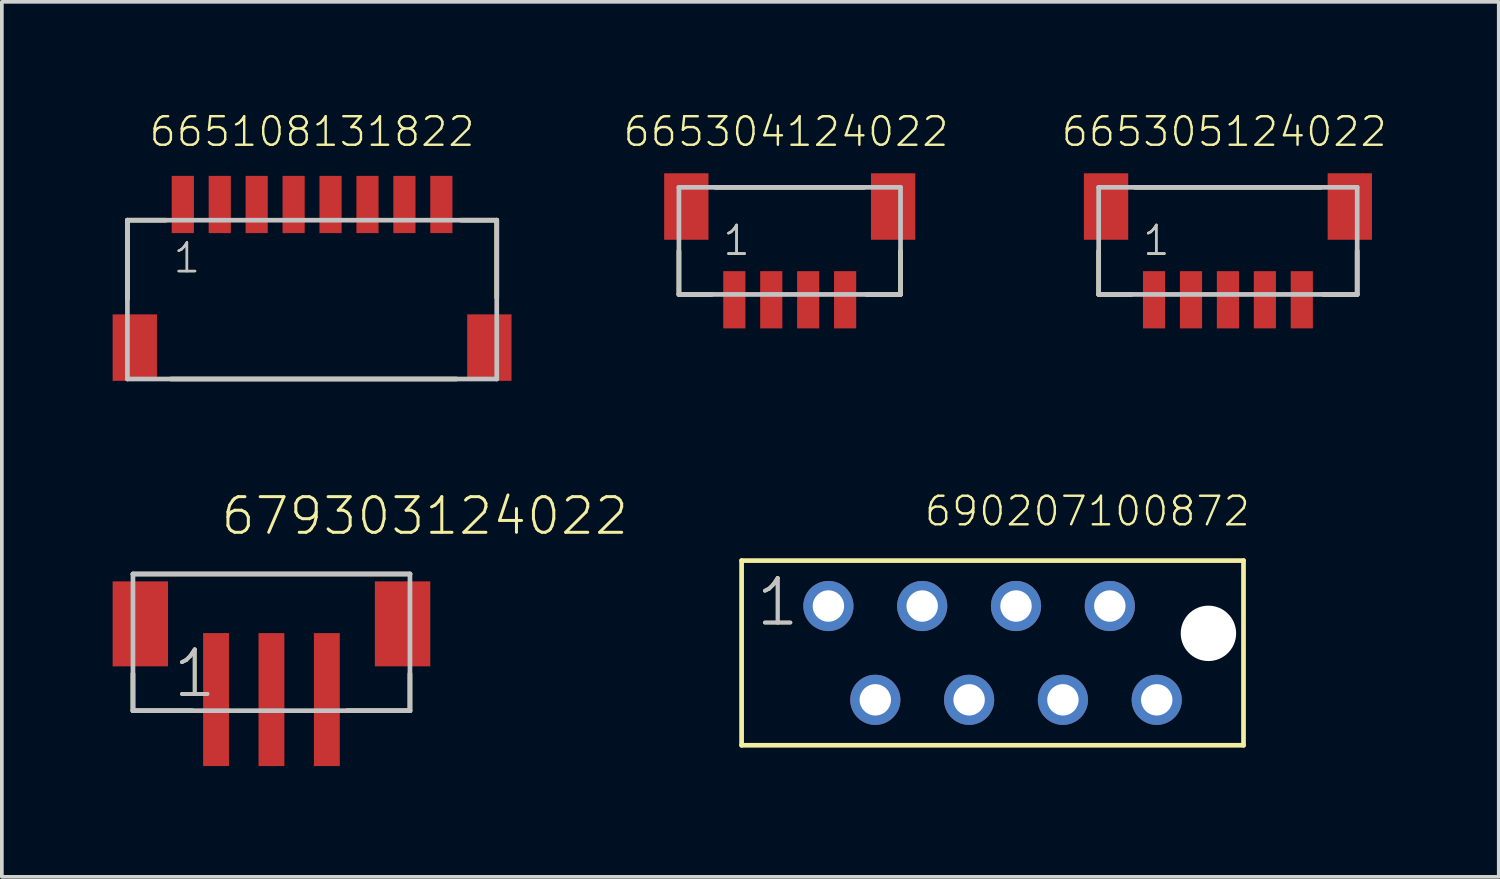
<source format=kicad_pcb>
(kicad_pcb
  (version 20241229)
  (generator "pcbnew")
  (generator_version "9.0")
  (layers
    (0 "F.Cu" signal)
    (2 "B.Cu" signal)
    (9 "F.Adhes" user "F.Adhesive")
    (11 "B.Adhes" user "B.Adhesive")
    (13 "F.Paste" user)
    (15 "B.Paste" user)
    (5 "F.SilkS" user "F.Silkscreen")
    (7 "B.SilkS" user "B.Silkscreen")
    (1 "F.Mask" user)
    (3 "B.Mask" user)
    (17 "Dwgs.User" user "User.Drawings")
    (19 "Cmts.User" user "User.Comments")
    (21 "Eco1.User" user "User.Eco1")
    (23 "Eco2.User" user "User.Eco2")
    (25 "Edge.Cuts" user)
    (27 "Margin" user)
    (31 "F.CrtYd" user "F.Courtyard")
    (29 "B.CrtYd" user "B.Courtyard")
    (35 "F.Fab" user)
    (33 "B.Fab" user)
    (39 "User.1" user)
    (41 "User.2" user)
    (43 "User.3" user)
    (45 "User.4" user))
  (footprint "665304124022"
    (layer "F.Cu")
    (at 18.333 5.067)
    (property "Reference" "665304124022" (at -0.1 -4.1 0) (layer "F.SilkS") (effects (font (size 0.772 0.772) (thickness 0.065)) (justify bottom)))
    (attr through_hole)
    (fp_line (start -3 -1.32) (end -3 -0.145) (stroke (width 0.127) (type solid)) (layer "F.SilkS"))
    (fp_line (start -3 -0.145) (end -2.11 -0.145) (stroke (width 0.127) (type solid)) (layer "F.SilkS"))
    (fp_line (start -2.01 -3.045) (end 2.01 -3.045) (stroke (width 0.127) (type solid)) (layer "F.SilkS"))
    (fp_line (start 3 -1.32) (end 3 -0.145) (stroke (width 0.127) (type solid)) (layer "F.SilkS"))
    (fp_line (start 3 -0.145) (end 2.08 -0.145) (stroke (width 0.127) (type solid)) (layer "F.SilkS"))
    (fp_line (start -3 -3.045) (end 3 -3.045) (stroke (width 0.127) (type solid)) (layer "Dwgs.User"))
    (fp_line (start -3 -0.145) (end -3 -3.045) (stroke (width 0.127) (type solid)) (layer "Dwgs.User"))
    (fp_line (start 3 -3.045) (end 3 -0.145) (stroke (width 0.127) (type solid)) (layer "Dwgs.User"))
    (fp_line (start 3 -0.145) (end -3 -0.145) (stroke (width 0.127) (type solid)) (layer "Dwgs.User"))
    (fp_text user "1" (at -1.85 -1.15 0) (layer "F.SilkS") (effects (font (size 0.772 0.772) (thickness 0.065)) (justify left bottom)))
    (fp_text user "1" (at -1.85 -1.16 0) (layer "Dwgs.User") (effects (font (size 0.772 0.772) (thickness 0.065)) (justify left bottom)))
    (pad "1" smd rect (at -1.5 0) (size 0.6 1.55) (layers "F.Cu" "F.Mask" "F.Paste"))
    (pad "2" smd rect (at -0.5 0) (size 0.6 1.55) (layers "F.Cu" "F.Mask" "F.Paste"))
    (pad "3" smd rect (at 0.5 0) (size 0.6 1.55) (layers "F.Cu" "F.Mask" "F.Paste"))
    (pad "4" smd rect (at 1.5 0) (size 0.6 1.55) (layers "F.Cu" "F.Mask" "F.Paste"))
    (pad "Z1" smd rect (at -2.8 -2.525) (size 1.2 1.8) (layers "F.Cu" "F.Mask" "F.Paste"))
    (pad "Z2" smd rect (at 2.8 -2.525) (size 1.2 1.8) (layers "F.Cu" "F.Mask" "F.Paste")))
  (footprint "665108131822"
    (layer "F.Cu")
    (at 5.4 2.487)
    (property "Reference" "665108131822" (at 0 -1.52 0) (layer "F.SilkS") (effects (font (size 0.772 0.772) (thickness 0.065)) (justify bottom)))
    (attr through_hole)
    (fp_line (start -5 0.425) (end -5 2.56) (stroke (width 0.127) (type solid)) (layer "F.SilkS"))
    (fp_line (start -3.97 0.425) (end -5 0.425) (stroke (width 0.127) (type solid)) (layer "F.SilkS"))
    (fp_line (start -3.82 4.725) (end 3.91 4.725) (stroke (width 0.127) (type solid)) (layer "F.SilkS"))
    (fp_line (start 4.04 0.425) (end 5 0.425) (stroke (width 0.127) (type solid)) (layer "F.SilkS"))
    (fp_line (start 5 0.425) (end 5 2.52) (stroke (width 0.127) (type solid)) (layer "F.SilkS"))
    (fp_line (start -5 0.425) (end 5 0.425) (stroke (width 0.127) (type solid)) (layer "Dwgs.User"))
    (fp_line (start -5 4.725) (end -5 0.425) (stroke (width 0.127) (type solid)) (layer "Dwgs.User"))
    (fp_line (start 5 0.425) (end 5 4.725) (stroke (width 0.127) (type solid)) (layer "Dwgs.User"))
    (fp_line (start 5 4.725) (end -5 4.725) (stroke (width 0.127) (type solid)) (layer "Dwgs.User"))
    (fp_text user "1" (at -3.8 1.9 0) (layer "F.SilkS") (effects (font (size 0.772 0.772) (thickness 0.065)) (justify left bottom)))
    (fp_text user "1" (at -3.8 1.9 0) (layer "Dwgs.User") (effects (font (size 0.772 0.772) (thickness 0.065)) (justify left bottom)))
    (pad "1" smd rect (at -3.5 0) (size 0.6 1.55) (layers "F.Cu" "F.Mask" "F.Paste"))
    (pad "2" smd rect (at -2.5 0) (size 0.6 1.55) (layers "F.Cu" "F.Mask" "F.Paste"))
    (pad "3" smd rect (at -1.5 0) (size 0.6 1.55) (layers "F.Cu" "F.Mask" "F.Paste"))
    (pad "4" smd rect (at -0.5 0) (size 0.6 1.55) (layers "F.Cu" "F.Mask" "F.Paste"))
    (pad "5" smd rect (at 0.5 0) (size 0.6 1.55) (layers "F.Cu" "F.Mask" "F.Paste"))
    (pad "6" smd rect (at 1.5 0) (size 0.6 1.55) (layers "F.Cu" "F.Mask" "F.Paste"))
    (pad "7" smd rect (at 2.5 0) (size 0.6 1.55) (layers "F.Cu" "F.Mask" "F.Paste"))
    (pad "8" smd rect (at 3.5 0) (size 0.6 1.55) (layers "F.Cu" "F.Mask" "F.Paste"))
    (pad "Z1" smd rect (at -4.8 3.875) (size 1.2 1.8) (layers "F.Cu" "F.Mask" "F.Paste"))
    (pad "Z2" smd rect (at 4.8 3.875) (size 1.2 1.8) (layers "F.Cu" "F.Mask" "F.Paste")))
  (footprint "679303124022"
    (layer "F.Cu")
    (at 4.3 15.892)
    (property "Reference" "679303124022" (at -1.415 -4.407 0) (layer "F.SilkS") (effects (font (size 0.965 0.965) (thickness 0.081)) (justify left bottom)))
    (attr through_hole)
    (fp_line (start -3.75 -3.4) (end 3.75 -3.4) (stroke (width 0.127) (type solid)) (layer "F.SilkS"))
    (fp_line (start -3.75 -0.7) (end -3.75 0.3) (stroke (width 0.127) (type solid)) (layer "F.SilkS"))
    (fp_line (start -3.75 0.3) (end -2.15 0.3) (stroke (width 0.127) (type solid)) (layer "F.SilkS"))
    (fp_line (start 2.05 0.3) (end 3.75 0.3) (stroke (width 0.127) (type solid)) (layer "F.SilkS"))
    (fp_line (start 3.75 0.3) (end 3.75 -0.7) (stroke (width 0.127) (type solid)) (layer "F.SilkS"))
    (fp_line (start -3.75 -3.4) (end -3.75 0.3) (stroke (width 0.127) (type solid)) (layer "Dwgs.User"))
    (fp_line (start -3.75 0.3) (end 3.75 0.3) (stroke (width 0.127) (type solid)) (layer "Dwgs.User"))
    (fp_line (start 3.75 -3.4) (end -3.75 -3.4) (stroke (width 0.127) (type solid)) (layer "Dwgs.User"))
    (fp_line (start 3.75 0.3) (end 3.75 -3.4) (stroke (width 0.127) (type solid)) (layer "Dwgs.User"))
    (fp_text user "1" (at -2.72 0 0) (layer "F.SilkS") (effects (font (size 1.206 1.206) (thickness 0.102)) (justify left bottom)))
    (fp_text user "1" (at -2.72 0 0) (layer "Dwgs.User") (effects (font (size 1.206 1.206) (thickness 0.102)) (justify left bottom)))
    (pad "1" smd rect (at -1.5 0) (size 0.7 3.6) (layers "F.Cu" "F.Mask" "F.Paste"))
    (pad "2" smd rect (at 0 0) (size 0.7 3.6) (layers "F.Cu" "F.Mask" "F.Paste"))
    (pad "3" smd rect (at 1.5 0) (size 0.7 3.6) (layers "F.Cu" "F.Mask" "F.Paste"))
    (pad "Z1" smd rect (at -3.55 -2.05 90) (size 2.3 1.5) (layers "F.Cu" "F.Mask" "F.Paste"))
    (pad "Z2" smd rect (at 3.55 -2.05 90) (size 2.3 1.5) (layers "F.Cu" "F.Mask" "F.Paste")))
  (footprint "690207100872"
    (layer "F.Cu")
    (at 23.825 14.629)
    (property "Reference" "690207100872" (at -1.887 -3.386 0) (layer "F.SilkS") (effects (font (size 0.772 0.772) (thickness 0.065)) (justify left bottom)))
    (attr through_hole)
    (fp_line (start -6.795 -2.5) (end -6.795 2.5) (stroke (width 0.127) (type solid)) (layer "F.SilkS"))
    (fp_line (start -6.795 2.5) (end 6.795 2.5) (stroke (width 0.127) (type solid)) (layer "F.SilkS"))
    (fp_line (start 6.795 -2.5) (end -6.795 -2.5) (stroke (width 0.127) (type solid)) (layer "F.SilkS"))
    (fp_line (start 6.795 2.5) (end 6.795 -2.5) (stroke (width 0.127) (type solid)) (layer "F.SilkS"))
    (fp_text user "1" (at -6.46 -0.67 0) (layer "F.SilkS") (effects (font (size 1.206 1.206) (thickness 0.102)) (justify left bottom)))
    (fp_text user "1" (at -6.46 -0.67 0) (layer "Dwgs.User") (effects (font (size 1.206 1.206) (thickness 0.102)) (justify left bottom)))
    (pad "" np_thru_hole circle (at 5.845 -0.53) (size 1.5 1.5) (drill 1.5) (layers "*.Cu"))
    (pad "1" thru_hole circle (at -4.445 -1.27 180) (size 1.358 1.358) (drill 0.85) (layers "*.Cu" "*.Mask"))
    (pad "2" thru_hole circle (at -3.175 1.27 180) (size 1.358 1.358) (drill 0.85) (layers "*.Cu" "*.Mask"))
    (pad "3" thru_hole circle (at -1.905 -1.27 180) (size 1.358 1.358) (drill 0.85) (layers "*.Cu" "*.Mask"))
    (pad "4" thru_hole circle (at -0.635 1.27 180) (size 1.358 1.358) (drill 0.85) (layers "*.Cu" "*.Mask"))
    (pad "5" thru_hole circle (at 0.635 -1.27 180) (size 1.358 1.358) (drill 0.85) (layers "*.Cu" "*.Mask"))
    (pad "6" thru_hole circle (at 1.905 1.27 180) (size 1.358 1.358) (drill 0.85) (layers "*.Cu" "*.Mask"))
    (pad "7" thru_hole circle (at 3.175 -1.27 180) (size 1.358 1.358) (drill 0.85) (layers "*.Cu" "*.Mask"))
    (pad "8" thru_hole circle (at 4.445 1.27 180) (size 1.358 1.358) (drill 0.85) (layers "*.Cu" "*.Mask")))
  (footprint "665305124022"
    (layer "F.Cu")
    (at 30.198 5.067)
    (property "Reference" "665305124022" (at -0.1 -4.1 0) (layer "F.SilkS") (effects (font (size 0.772 0.772) (thickness 0.065)) (justify bottom)))
    (attr through_hole)
    (fp_line (start -3.5 -1.32) (end -3.5 -0.145) (stroke (width 0.127) (type solid)) (layer "F.SilkS"))
    (fp_line (start -3.5 -0.145) (end -2.61 -0.145) (stroke (width 0.127) (type solid)) (layer "F.SilkS"))
    (fp_line (start -2.51 -3.045) (end 2.51 -3.045) (stroke (width 0.127) (type solid)) (layer "F.SilkS"))
    (fp_line (start 3.5 -1.32) (end 3.5 -0.145) (stroke (width 0.127) (type solid)) (layer "F.SilkS"))
    (fp_line (start 3.5 -0.145) (end 2.58 -0.145) (stroke (width 0.127) (type solid)) (layer "F.SilkS"))
    (fp_line (start -3.5 -3.045) (end 3.5 -3.045) (stroke (width 0.127) (type solid)) (layer "Dwgs.User"))
    (fp_line (start -3.5 -0.145) (end -3.5 -3.045) (stroke (width 0.127) (type solid)) (layer "Dwgs.User"))
    (fp_line (start 3.5 -3.045) (end 3.5 -0.145) (stroke (width 0.127) (type solid)) (layer "Dwgs.User"))
    (fp_line (start 3.5 -0.145) (end -3.5 -0.145) (stroke (width 0.127) (type solid)) (layer "Dwgs.User"))
    (fp_text user "1" (at -2.35 -1.15 0) (layer "F.SilkS") (effects (font (size 0.772 0.772) (thickness 0.065)) (justify left bottom)))
    (fp_text user "1" (at -2.35 -1.16 0) (layer "Dwgs.User") (effects (font (size 0.772 0.772) (thickness 0.065)) (justify left bottom)))
    (pad "1" smd rect (at -2 0) (size 0.6 1.55) (layers "F.Cu" "F.Mask" "F.Paste"))
    (pad "2" smd rect (at -1 0) (size 0.6 1.55) (layers "F.Cu" "F.Mask" "F.Paste"))
    (pad "3" smd rect (at 0 0) (size 0.6 1.55) (layers "F.Cu" "F.Mask" "F.Paste"))
    (pad "4" smd rect (at 1 0) (size 0.6 1.55) (layers "F.Cu" "F.Mask" "F.Paste"))
    (pad "5" smd rect (at 2 0) (size 0.6 1.55) (layers "F.Cu" "F.Mask" "F.Paste"))
    (pad "Z1" smd rect (at -3.3 -2.525) (size 1.2 1.8) (layers "F.Cu" "F.Mask" "F.Paste"))
    (pad "Z2" smd rect (at 3.3 -2.525) (size 1.2 1.8) (layers "F.Cu" "F.Mask" "F.Paste")))
  (gr_rect
    (start -3 -3)
    (end 37.531 20.692)
    (stroke (width 0.1) (type default))
    (fill no)
    (layer "Edge.Cuts")))
</source>
